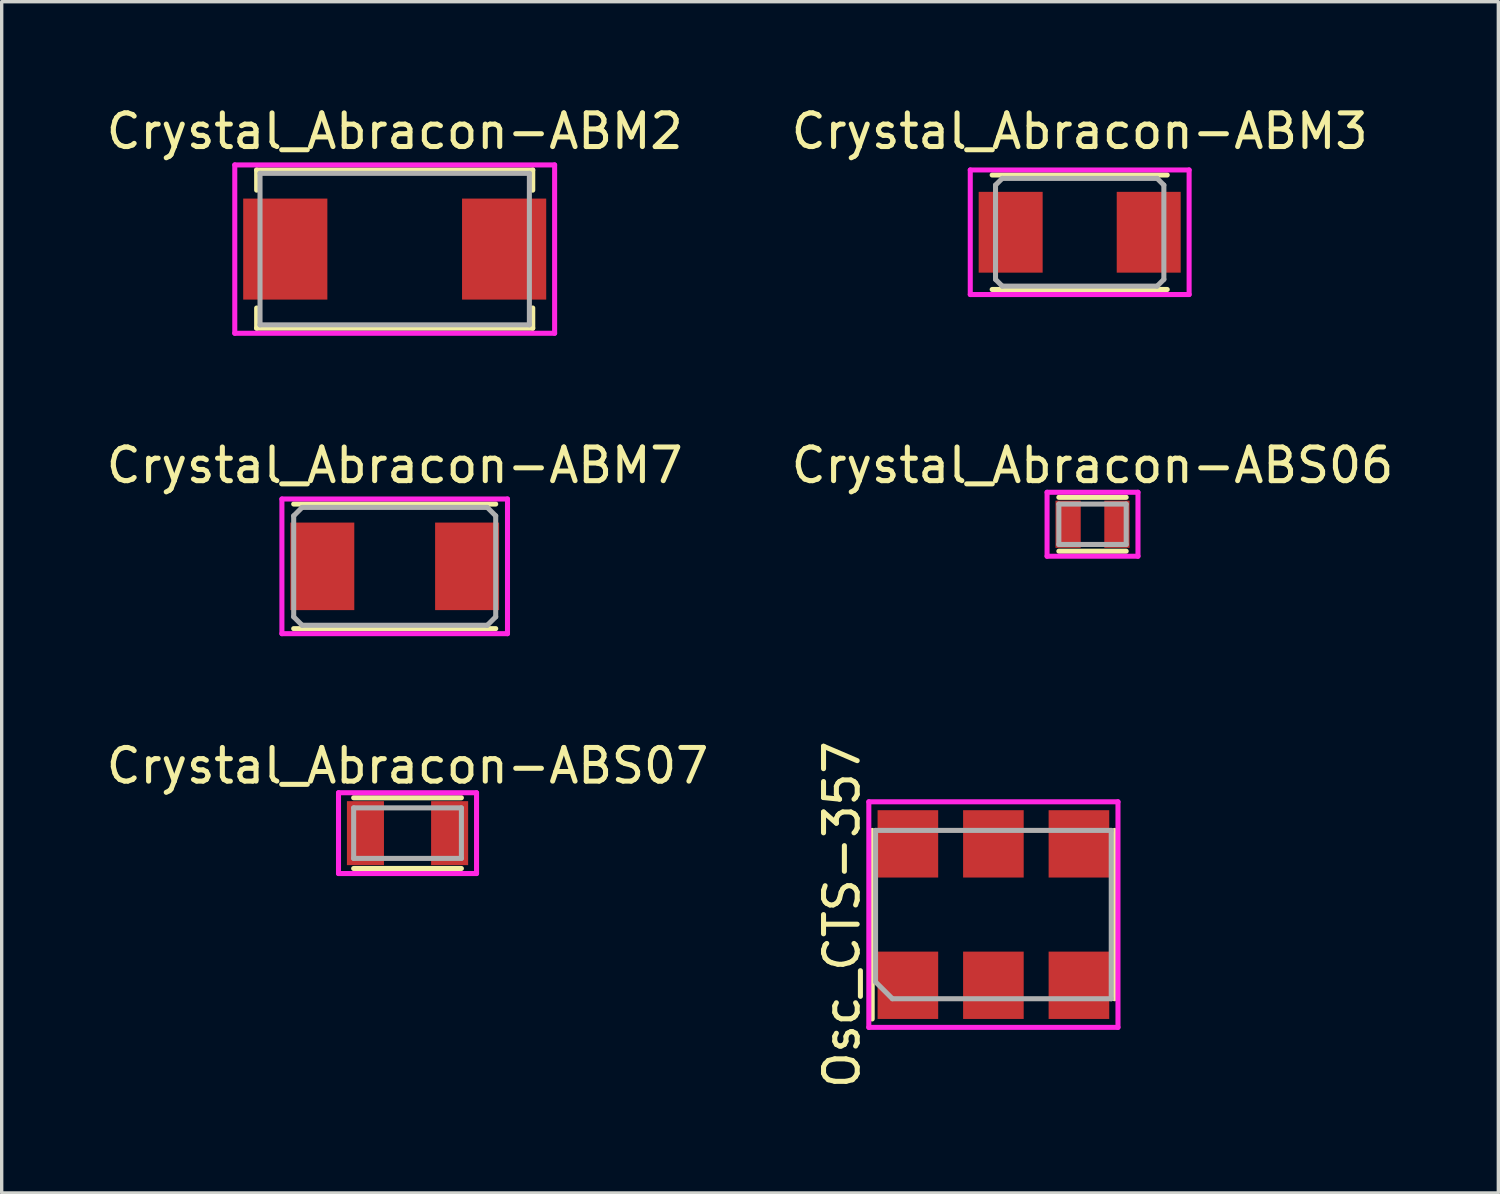
<source format=kicad_pcb>
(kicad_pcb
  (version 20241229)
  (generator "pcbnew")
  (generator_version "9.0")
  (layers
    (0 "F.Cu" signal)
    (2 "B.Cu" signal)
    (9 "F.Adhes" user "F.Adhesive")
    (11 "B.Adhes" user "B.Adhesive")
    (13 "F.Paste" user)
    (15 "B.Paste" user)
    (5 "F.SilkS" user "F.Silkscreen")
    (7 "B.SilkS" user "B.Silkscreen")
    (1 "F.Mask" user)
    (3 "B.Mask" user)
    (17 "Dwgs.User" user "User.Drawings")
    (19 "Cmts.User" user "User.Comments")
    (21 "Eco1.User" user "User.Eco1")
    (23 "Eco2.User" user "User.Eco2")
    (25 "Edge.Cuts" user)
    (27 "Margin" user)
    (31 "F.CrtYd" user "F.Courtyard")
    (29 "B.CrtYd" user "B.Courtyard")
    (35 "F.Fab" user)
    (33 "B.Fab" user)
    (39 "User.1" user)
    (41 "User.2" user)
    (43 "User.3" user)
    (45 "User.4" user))
  (footprint "Crystal_Abracon-ABM2"
    (layer "F.Cu")
    (at 8.673 4.348)
    (property "Reference" "Crystal_Abracon-ABM2" (at 0 -3.5 0) (layer "F.SilkS") (effects (font (size 1 1) (thickness 0.15))))
    (attr through_hole)
    (fp_line (start -4.1 -2.35) (end -4.1 -1.75) (stroke (width 0.15) (type solid)) (layer "F.SilkS"))
    (fp_line (start -4.1 2.35) (end -4.1 1.75) (stroke (width 0.15) (type solid)) (layer "F.SilkS"))
    (fp_line (start 4.1 -2.35) (end -4.1 -2.35) (stroke (width 0.15) (type solid)) (layer "F.SilkS"))
    (fp_line (start 4.1 -1.75) (end 4.1 -2.35) (stroke (width 0.15) (type solid)) (layer "F.SilkS"))
    (fp_line (start 4.1 1.75) (end 4.1 2.35) (stroke (width 0.15) (type solid)) (layer "F.SilkS"))
    (fp_line (start 4.1 2.35) (end -4.1 2.35) (stroke (width 0.15) (type solid)) (layer "F.SilkS"))
    (fp_line (start -4.75 -2.5) (end 4.75 -2.5) (stroke (width 0.15) (type solid)) (layer "F.CrtYd"))
    (fp_line (start -4.75 2.5) (end -4.75 -2.5) (stroke (width 0.15) (type solid)) (layer "F.CrtYd"))
    (fp_line (start 4.75 -2.5) (end 4.75 2.5) (stroke (width 0.15) (type solid)) (layer "F.CrtYd"))
    (fp_line (start 4.75 2.5) (end -4.75 2.5) (stroke (width 0.15) (type solid)) (layer "F.CrtYd"))
    (fp_line (start -4 -2.25) (end 4 -2.25) (stroke (width 0.15) (type solid)) (layer "F.Fab"))
    (fp_line (start -4 2.25) (end -4 -2.25) (stroke (width 0.15) (type solid)) (layer "F.Fab"))
    (fp_line (start 4 -2.25) (end 4 2.25) (stroke (width 0.15) (type solid)) (layer "F.Fab"))
    (fp_line (start 4 2.25) (end -4 2.25) (stroke (width 0.15) (type solid)) (layer "F.Fab"))
    (pad "1" smd rect (at -3.25 0) (size 2.5 3) (layers "F.Cu" "F.Mask" "F.Paste"))
    (pad "2" smd rect (at 3.25 0) (size 2.5 3) (layers "F.Cu" "F.Mask" "F.Paste")))
  (footprint "Osc_CTS-357"
    (layer "F.Cu")
    (at 26.455 24.114)
    (property "Reference" "Osc_CTS-357" (at -4.5 0 90) (layer "F.SilkS") (effects (font (size 1 1) (thickness 0.15))))
    (attr through_hole)
    (fp_line (start -3.6 -2.5) (end -3.6 3.1) (stroke (width 0.15) (type solid)) (layer "F.SilkS"))
    (fp_line (start 3.6 -2.5) (end 3.6 2.5) (stroke (width 0.15) (type solid)) (layer "F.SilkS"))
    (fp_line (start -3.7 -3.35) (end -3.7 3.35) (stroke (width 0.15) (type solid)) (layer "F.CrtYd"))
    (fp_line (start -3.7 3.35) (end 3.7 3.35) (stroke (width 0.15) (type solid)) (layer "F.CrtYd"))
    (fp_line (start 3.7 -3.35) (end -3.7 -3.35) (stroke (width 0.15) (type solid)) (layer "F.CrtYd"))
    (fp_line (start 3.7 3.35) (end 3.7 -3.35) (stroke (width 0.15) (type solid)) (layer "F.CrtYd"))
    (fp_line (start -3.5 -2.5) (end 3.5 -2.5) (stroke (width 0.15) (type solid)) (layer "F.Fab"))
    (fp_line (start -3.5 2) (end -3.5 -2.5) (stroke (width 0.15) (type solid)) (layer "F.Fab"))
    (fp_line (start -3 2.5) (end -3.5 2) (stroke (width 0.15) (type solid)) (layer "F.Fab"))
    (fp_line (start 3.5 -2.5) (end 3.5 2.5) (stroke (width 0.15) (type solid)) (layer "F.Fab"))
    (fp_line (start 3.5 2.5) (end -3 2.5) (stroke (width 0.15) (type solid)) (layer "F.Fab"))
    (pad "1" smd rect (at -2.54 2.1) (size 1.8 2) (layers "F.Cu" "F.Mask" "F.Paste"))
    (pad "2" smd rect (at 0 2.1) (size 1.8 2) (layers "F.Cu" "F.Mask" "F.Paste"))
    (pad "3" smd rect (at 2.54 2.1) (size 1.8 2) (layers "F.Cu" "F.Mask" "F.Paste"))
    (pad "4" smd rect (at 2.54 -2.1) (size 1.8 2) (layers "F.Cu" "F.Mask" "F.Paste"))
    (pad "5" smd rect (at 0 -2.1) (size 1.8 2) (layers "F.Cu" "F.Mask" "F.Paste"))
    (pad "6" smd rect (at -2.54 -2.1) (size 1.8 2) (layers "F.Cu" "F.Mask" "F.Paste")))
  (footprint "Crystal_Abracon-ABM3"
    (layer "F.Cu")
    (at 29.018 3.848)
    (property "Reference" "Crystal_Abracon-ABM3" (at 0 -3 0) (layer "F.SilkS") (effects (font (size 1 1) (thickness 0.15))))
    (attr through_hole)
    (fp_line (start -2.6 -1.7) (end 2.6 -1.7) (stroke (width 0.15) (type solid)) (layer "F.SilkS"))
    (fp_line (start 2.6 1.7) (end -2.6 1.7) (stroke (width 0.15) (type solid)) (layer "F.SilkS"))
    (fp_line (start -3.25 -1.85) (end 3.25 -1.85) (stroke (width 0.15) (type solid)) (layer "F.CrtYd"))
    (fp_line (start -3.25 1.85) (end -3.25 -1.85) (stroke (width 0.15) (type solid)) (layer "F.CrtYd"))
    (fp_line (start 3.25 -1.85) (end 3.25 1.85) (stroke (width 0.15) (type solid)) (layer "F.CrtYd"))
    (fp_line (start 3.25 1.85) (end -3.25 1.85) (stroke (width 0.15) (type solid)) (layer "F.CrtYd"))
    (fp_line (start -2.5 -1.4) (end -2.3 -1.6) (stroke (width 0.15) (type solid)) (layer "F.Fab"))
    (fp_line (start -2.5 1.4) (end -2.5 -1.4) (stroke (width 0.15) (type solid)) (layer "F.Fab"))
    (fp_line (start -2.3 -1.6) (end 2.3 -1.6) (stroke (width 0.15) (type solid)) (layer "F.Fab"))
    (fp_line (start -2.3 1.6) (end -2.5 1.4) (stroke (width 0.15) (type solid)) (layer "F.Fab"))
    (fp_line (start 2.3 -1.6) (end 2.5 -1.4) (stroke (width 0.15) (type solid)) (layer "F.Fab"))
    (fp_line (start 2.3 1.6) (end -2.3 1.6) (stroke (width 0.15) (type solid)) (layer "F.Fab"))
    (fp_line (start 2.5 -1.4) (end 2.5 1.4) (stroke (width 0.15) (type solid)) (layer "F.Fab"))
    (fp_line (start 2.5 1.4) (end 2.3 1.6) (stroke (width 0.15) (type solid)) (layer "F.Fab"))
    (pad "1" smd rect (at -2.05 0) (size 1.9 2.4) (layers "F.Cu" "F.Mask" "F.Paste"))
    (pad "2" smd rect (at 2.05 0) (size 1.9 2.4) (layers "F.Cu" "F.Mask" "F.Paste")))
  (footprint "Crystal_Abracon-ABM7"
    (layer "F.Cu")
    (at 8.673 13.771)
    (property "Reference" "Crystal_Abracon-ABM7" (at 0 -3 0) (layer "F.SilkS") (effects (font (size 1 1) (thickness 0.15))))
    (attr through_hole)
    (fp_line (start -3 1.85) (end 3 1.85) (stroke (width 0.15) (type solid)) (layer "F.SilkS"))
    (fp_line (start 3 -1.85) (end -3 -1.85) (stroke (width 0.15) (type solid)) (layer "F.SilkS"))
    (fp_line (start -3.35 -2) (end 3.35 -2) (stroke (width 0.15) (type solid)) (layer "F.CrtYd"))
    (fp_line (start -3.35 2) (end -3.35 -2) (stroke (width 0.15) (type solid)) (layer "F.CrtYd"))
    (fp_line (start 3.35 -2) (end 3.35 2) (stroke (width 0.15) (type solid)) (layer "F.CrtYd"))
    (fp_line (start 3.35 2) (end -3.35 2) (stroke (width 0.15) (type solid)) (layer "F.CrtYd"))
    (fp_line (start -3 -1.5) (end -2.75 -1.75) (stroke (width 0.15) (type solid)) (layer "F.Fab"))
    (fp_line (start -3 1.5) (end -3 -1.5) (stroke (width 0.15) (type solid)) (layer "F.Fab"))
    (fp_line (start -2.75 -1.75) (end 2.75 -1.75) (stroke (width 0.15) (type solid)) (layer "F.Fab"))
    (fp_line (start -2.75 1.75) (end -3 1.5) (stroke (width 0.15) (type solid)) (layer "F.Fab"))
    (fp_line (start 2.75 -1.75) (end 3 -1.5) (stroke (width 0.15) (type solid)) (layer "F.Fab"))
    (fp_line (start 2.75 1.75) (end -2.75 1.75) (stroke (width 0.15) (type solid)) (layer "F.Fab"))
    (fp_line (start 3 -1.5) (end 3 1.5) (stroke (width 0.15) (type solid)) (layer "F.Fab"))
    (fp_line (start 3 1.5) (end 2.75 1.75) (stroke (width 0.15) (type solid)) (layer "F.Fab"))
    (pad "1" smd rect (at -2.15 0) (size 1.9 2.6) (layers "F.Cu" "F.Mask" "F.Paste"))
    (pad "2" smd rect (at 2.15 0) (size 1.9 2.6) (layers "F.Cu" "F.Mask" "F.Paste")))
  (footprint "Crystal_Abracon-ABS06"
    (layer "F.Cu")
    (at 29.399 12.521)
    (property "Reference" "Crystal_Abracon-ABS06" (at 0 -1.75 0) (layer "F.SilkS") (effects (font (size 1 1) (thickness 0.15))))
    (attr through_hole)
    (fp_line (start -1 -0.8) (end 1 -0.8) (stroke (width 0.15) (type solid)) (layer "F.SilkS"))
    (fp_line (start 1 0.8) (end -1 0.8) (stroke (width 0.15) (type solid)) (layer "F.SilkS"))
    (fp_line (start -1.35 -0.95) (end 1.35 -0.95) (stroke (width 0.15) (type solid)) (layer "F.CrtYd"))
    (fp_line (start -1.35 0.95) (end -1.35 -0.95) (stroke (width 0.15) (type solid)) (layer "F.CrtYd"))
    (fp_line (start 1.35 -0.95) (end 1.35 0.95) (stroke (width 0.15) (type solid)) (layer "F.CrtYd"))
    (fp_line (start 1.35 0.95) (end -1.35 0.95) (stroke (width 0.15) (type solid)) (layer "F.CrtYd"))
    (fp_line (start -1 -0.6) (end 1 -0.6) (stroke (width 0.15) (type solid)) (layer "F.Fab"))
    (fp_line (start -1 0.6) (end -1 -0.6) (stroke (width 0.15) (type solid)) (layer "F.Fab"))
    (fp_line (start 1 -0.6) (end 1 0.6) (stroke (width 0.15) (type solid)) (layer "F.Fab"))
    (fp_line (start 1 0.6) (end -1 0.6) (stroke (width 0.15) (type solid)) (layer "F.Fab"))
    (pad "1" smd rect (at -0.725 0) (size 0.75 1.4) (layers "F.Cu" "F.Mask" "F.Paste"))
    (pad "2" smd rect (at 0.725 0) (size 0.75 1.4) (layers "F.Cu" "F.Mask" "F.Paste")))
  (footprint "Crystal_Abracon-ABS07"
    (layer "F.Cu")
    (at 9.054 21.695)
    (property "Reference" "Crystal_Abracon-ABS07" (at 0 -2 0) (layer "F.SilkS") (effects (font (size 1 1) (thickness 0.15))))
    (attr through_hole)
    (fp_line (start -1.6 -1.05) (end 1.6 -1.05) (stroke (width 0.15) (type solid)) (layer "F.SilkS"))
    (fp_line (start 1.6 1.05) (end -1.6 1.05) (stroke (width 0.15) (type solid)) (layer "F.SilkS"))
    (fp_line (start -2.05 -1.2) (end 2.05 -1.2) (stroke (width 0.15) (type solid)) (layer "F.CrtYd"))
    (fp_line (start -2.05 1.2) (end -2.05 -1.2) (stroke (width 0.15) (type solid)) (layer "F.CrtYd"))
    (fp_line (start 2.05 -1.2) (end 2.05 1.2) (stroke (width 0.15) (type solid)) (layer "F.CrtYd"))
    (fp_line (start 2.05 1.2) (end -2.05 1.2) (stroke (width 0.15) (type solid)) (layer "F.CrtYd"))
    (fp_line (start -1.6 -0.75) (end 1.6 -0.75) (stroke (width 0.15) (type solid)) (layer "F.Fab"))
    (fp_line (start -1.6 0.75) (end -1.6 -0.75) (stroke (width 0.15) (type solid)) (layer "F.Fab"))
    (fp_line (start 1.6 -0.75) (end 1.6 0.75) (stroke (width 0.15) (type solid)) (layer "F.Fab"))
    (fp_line (start 1.6 0.75) (end -1.6 0.75) (stroke (width 0.15) (type solid)) (layer "F.Fab"))
    (pad "1" smd rect (at -1.25 0) (size 1.1 1.9) (layers "F.Cu" "F.Mask" "F.Paste"))
    (pad "2" smd rect (at 1.25 0) (size 1.1 1.9) (layers "F.Cu" "F.Mask" "F.Paste")))
  (gr_rect
    (start -3 -3)
    (end 41.452 32.382)
    (stroke (width 0.1) (type default))
    (fill no)
    (layer "Edge.Cuts")))
</source>
